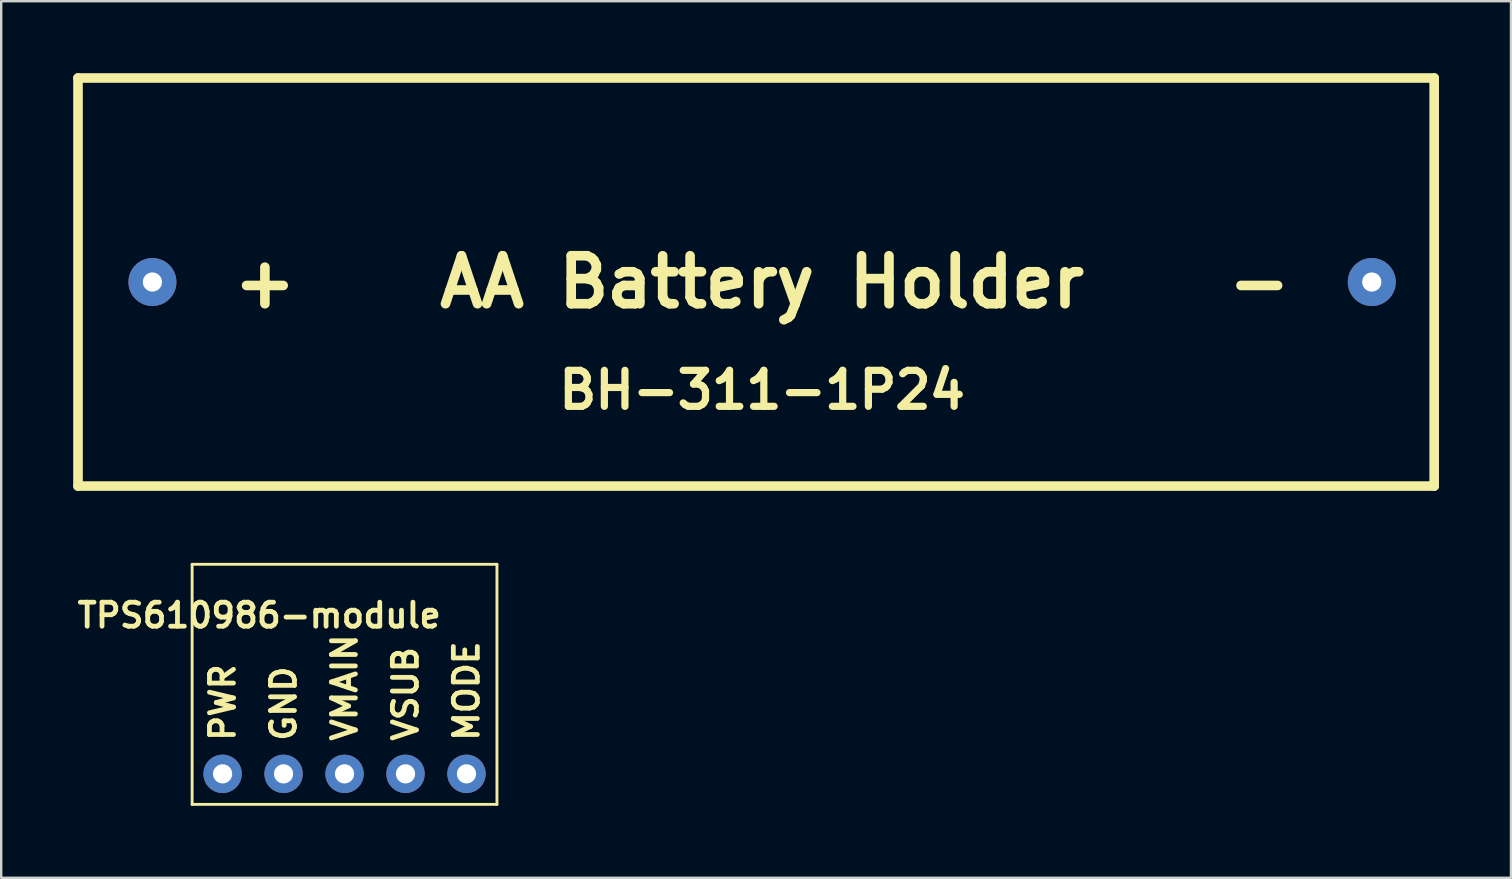
<source format=kicad_pcb>
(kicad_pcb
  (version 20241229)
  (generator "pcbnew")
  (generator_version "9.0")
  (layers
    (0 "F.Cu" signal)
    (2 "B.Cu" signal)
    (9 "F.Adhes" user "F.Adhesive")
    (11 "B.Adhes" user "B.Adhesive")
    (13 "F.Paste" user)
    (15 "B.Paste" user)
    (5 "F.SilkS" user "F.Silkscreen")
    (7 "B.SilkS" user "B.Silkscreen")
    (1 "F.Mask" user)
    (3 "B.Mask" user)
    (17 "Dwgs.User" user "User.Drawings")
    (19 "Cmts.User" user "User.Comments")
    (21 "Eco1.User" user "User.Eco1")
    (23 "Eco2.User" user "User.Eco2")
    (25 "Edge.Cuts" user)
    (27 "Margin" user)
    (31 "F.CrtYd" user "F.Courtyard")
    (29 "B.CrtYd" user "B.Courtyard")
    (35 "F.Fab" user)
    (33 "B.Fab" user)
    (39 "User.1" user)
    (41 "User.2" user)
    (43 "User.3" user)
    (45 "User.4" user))
  (footprint "BH-311-1P24"
    (layer "F.Cu")
    (at 28.7 8.7)
    (property "Reference" "BH-311-1P24" (at 0 4.5 0) (layer "F.SilkS") (effects (font (size 1.5 1.5) (thickness 0.3))))
    (attr through_hole)
    (fp_line (start -28.5 -8.5) (end -28.5 8.5) (stroke (width 0.4) (type solid)) (layer "F.SilkS"))
    (fp_line (start -28.5 8.5) (end 28 8.5) (stroke (width 0.4) (type solid)) (layer "F.SilkS"))
    (fp_line (start 28 -8.5) (end -28.5 -8.5) (stroke (width 0.4) (type solid)) (layer "F.SilkS"))
    (fp_line (start 28 8.5) (end 28 -8.5) (stroke (width 0.4) (type solid)) (layer "F.SilkS"))
    (fp_text user "+    AA Battery Holder    -" (at 0 0 0) (layer "F.SilkS") (effects (font (size 2 2) (thickness 0.4))))
    (pad "1" thru_hole circle (at -25.4 0) (size 2 2) (drill 0.8) (layers "*.Cu" "*.Mask"))
    (pad "2" thru_hole circle (at 25.4 0) (size 2 2) (drill 0.8) (layers "*.Cu" "*.Mask")))
  (footprint "TPS610986-module"
    (layer "F.Cu")
    (at 11.304 29.19)
    (property "Reference" "TPS610986-module" (at -3.556 -6.604 0) (layer "F.SilkS") (effects (font (size 1 1) (thickness 0.2))))
    (attr through_hole)
    (fp_line (start -6.35 1.27) (end -6.35 -8.73) (stroke (width 0.12) (type solid)) (layer "F.SilkS"))
    (fp_line (start -6.35 1.27) (end 6.35 1.27) (stroke (width 0.12) (type solid)) (layer "F.SilkS"))
    (fp_line (start 6.35 -8.73) (end -6.35 -8.73) (stroke (width 0.12) (type solid)) (layer "F.SilkS"))
    (fp_line (start 6.35 1.27) (end 6.35 -8.73) (stroke (width 0.12) (type solid)) (layer "F.SilkS"))
    (fp_text user "PWR" (at -5.08 -1.27 90) (layer "F.SilkS") (effects (font (size 1 1) (thickness 0.2)) (justify left)))
    (fp_text user "VMAIN" (at 0 -1.27 90) (layer "F.SilkS") (effects (font (size 1 1) (thickness 0.2)) (justify left)))
    (fp_text user "VSUB" (at 2.54 -1.27 90) (layer "F.SilkS") (effects (font (size 1 1) (thickness 0.2)) (justify left)))
    (fp_text user "GND" (at -2.54 -1.27 90) (layer "F.SilkS") (effects (font (size 1 1) (thickness 0.2)) (justify left)))
    (fp_text user "MODE" (at 5.08 -1.27 90) (layer "F.SilkS") (effects (font (size 1 1) (thickness 0.2)) (justify left)))
    (pad "1" thru_hole circle (at -5.08 0) (size 1.6 1.6) (drill 0.8) (layers "*.Cu" "*.Mask"))
    (pad "2" thru_hole circle (at -2.54 0) (size 1.6 1.6) (drill 0.8) (layers "*.Cu" "*.Mask"))
    (pad "3" thru_hole circle (at 0 0) (size 1.6 1.6) (drill 0.8) (layers "*.Cu" "*.Mask"))
    (pad "4" thru_hole circle (at 2.54 0) (size 1.6 1.6) (drill 0.8) (layers "*.Cu" "*.Mask"))
    (pad "5" thru_hole circle (at 5.08 0) (size 1.6 1.6) (drill 0.8) (layers "*.Cu" "*.Mask")))
  (gr_rect
    (start -3 -3)
    (end 59.9 33.52)
    (stroke (width 0.1) (type default))
    (fill no)
    (layer "Edge.Cuts")))
</source>
